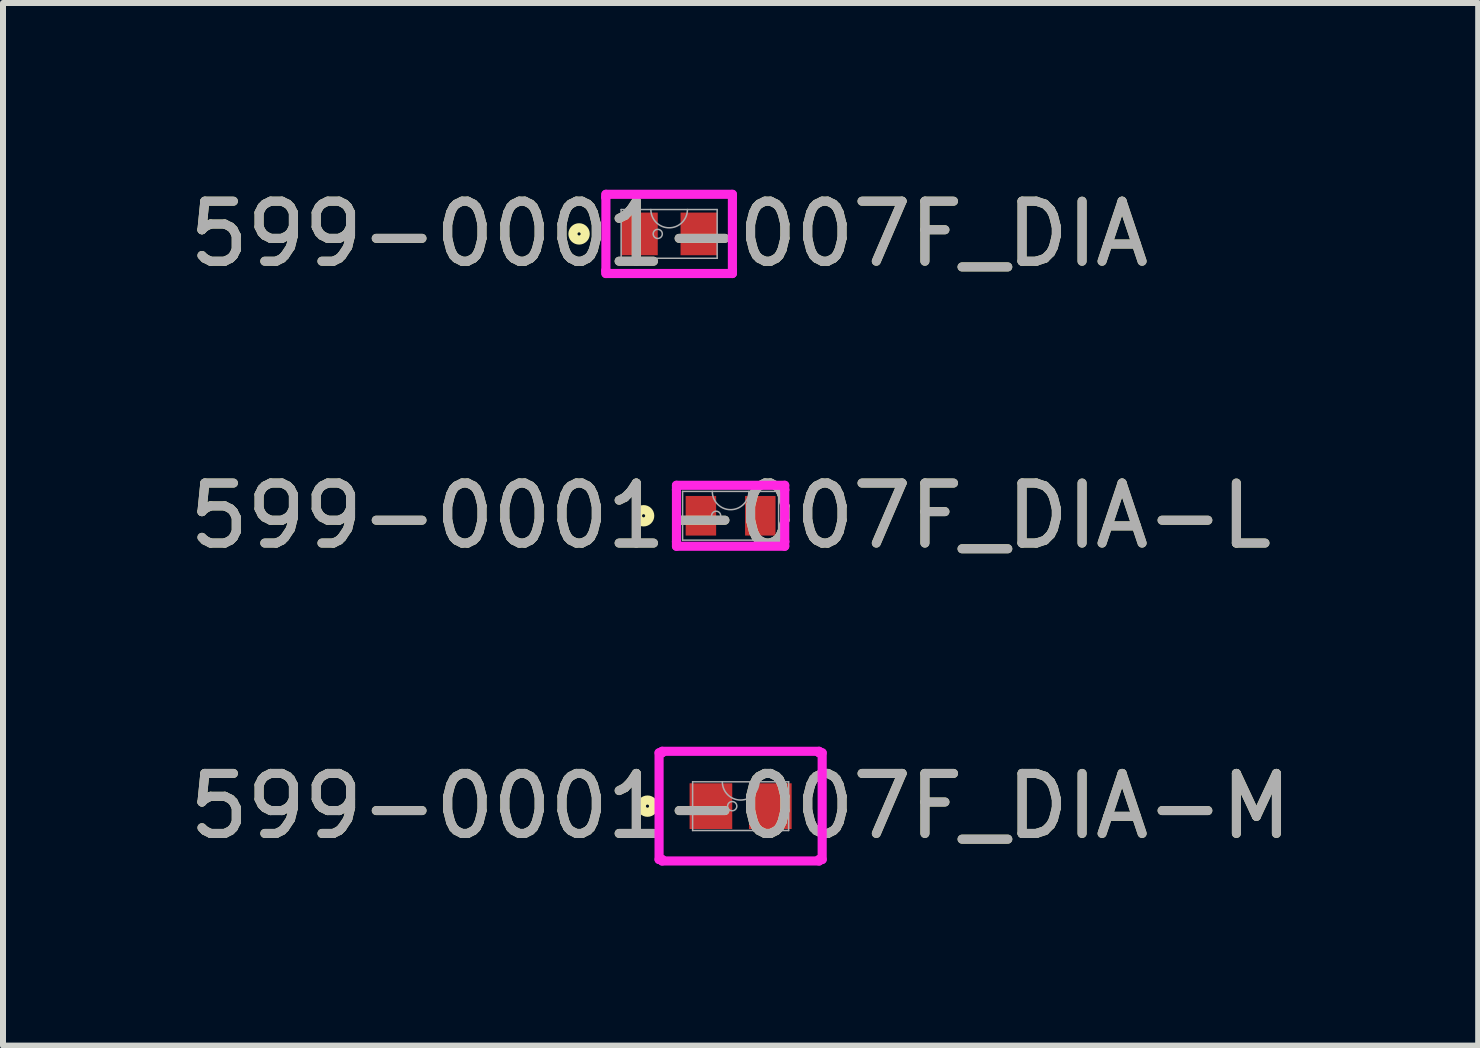
<source format=kicad_pcb>
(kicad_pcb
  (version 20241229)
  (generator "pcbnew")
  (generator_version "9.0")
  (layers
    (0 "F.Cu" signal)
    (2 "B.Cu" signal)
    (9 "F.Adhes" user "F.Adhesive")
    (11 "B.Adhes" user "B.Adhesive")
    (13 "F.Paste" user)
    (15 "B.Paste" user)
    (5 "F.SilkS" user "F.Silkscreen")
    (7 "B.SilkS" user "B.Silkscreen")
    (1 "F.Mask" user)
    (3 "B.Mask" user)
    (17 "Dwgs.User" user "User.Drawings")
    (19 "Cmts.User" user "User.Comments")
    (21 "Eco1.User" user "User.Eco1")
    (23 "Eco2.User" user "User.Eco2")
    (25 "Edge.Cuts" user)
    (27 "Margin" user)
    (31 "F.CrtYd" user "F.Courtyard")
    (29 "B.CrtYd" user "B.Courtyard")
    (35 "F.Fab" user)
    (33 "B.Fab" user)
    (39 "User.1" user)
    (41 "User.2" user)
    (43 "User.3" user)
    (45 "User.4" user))
  (footprint "599-0001-007F_DIA"
    (layer "F.Cu")
    (at 8.101 0.848)
    (property "Reference" "599-0001-007F_DIA" (at 0 0 0) (unlocked yes) (layer "F.SilkS") (effects (font (size 1 1) (thickness 0.15))))
    (attr smd)
    (fp_circle (center -1.501 0) (end -1.399 0) (stroke (width 0.152) (type solid)) (fill no) (layer "F.SilkS"))
    (fp_line (start -1.054 -0.66) (end 1.054 -0.66) (stroke (width 0.152) (type solid)) (layer "F.CrtYd"))
    (fp_line (start -1.054 -0.61) (end -1.054 -0.66) (stroke (width 0.152) (type solid)) (layer "F.CrtYd"))
    (fp_line (start -1.054 -0.61) (end -1.054 -0.61) (stroke (width 0.152) (type solid)) (layer "F.CrtYd"))
    (fp_line (start -1.054 0.61) (end -1.054 -0.61) (stroke (width 0.152) (type solid)) (layer "F.CrtYd"))
    (fp_line (start -1.054 0.61) (end -1.054 0.61) (stroke (width 0.152) (type solid)) (layer "F.CrtYd"))
    (fp_line (start -1.054 0.66) (end -1.054 0.61) (stroke (width 0.152) (type solid)) (layer "F.CrtYd"))
    (fp_line (start 1.054 -0.66) (end 1.054 -0.61) (stroke (width 0.152) (type solid)) (layer "F.CrtYd"))
    (fp_line (start 1.054 -0.61) (end 1.054 -0.61) (stroke (width 0.152) (type solid)) (layer "F.CrtYd"))
    (fp_line (start 1.054 -0.61) (end 1.054 0.61) (stroke (width 0.152) (type solid)) (layer "F.CrtYd"))
    (fp_line (start 1.054 0.61) (end 1.054 0.61) (stroke (width 0.152) (type solid)) (layer "F.CrtYd"))
    (fp_line (start 1.054 0.61) (end 1.054 0.66) (stroke (width 0.152) (type solid)) (layer "F.CrtYd"))
    (fp_line (start 1.054 0.66) (end -1.054 0.66) (stroke (width 0.152) (type solid)) (layer "F.CrtYd"))
    (fp_line (start -0.8 -0.406) (end -0.8 0.406) (stroke (width 0.025) (type solid)) (layer "F.Fab"))
    (fp_line (start -0.8 0.406) (end 0.8 0.406) (stroke (width 0.025) (type solid)) (layer "F.Fab"))
    (fp_line (start 0.8 -0.406) (end -0.8 -0.406) (stroke (width 0.025) (type solid)) (layer "F.Fab"))
    (fp_line (start 0.8 0.406) (end 0.8 -0.406) (stroke (width 0.025) (type solid)) (layer "F.Fab"))
    (fp_arc (start 0.3048 -0.4064) (mid 0 -0.1016) (end -0.3048 -0.4064) (stroke (width 0.0254) (type solid)) (layer "F.Fab"))
    (fp_circle (center -0.19 0) (end -0.114 0) (stroke (width 0.025) (type solid)) (fill no) (layer "F.Fab"))
    (fp_text user "${REFERENCE}" (at 0 0 0) (unlocked yes) (layer "F.Fab") (effects (font (size 1 1) (thickness 0.15))))
    (pad "1" smd rect (at -0.495 0) (size 0.61 0.711) (layers "F.Cu" "F.Mask" "F.Paste"))
    (pad "2" smd rect (at 0.495 0) (size 0.61 0.711) (layers "F.Cu" "F.Mask" "F.Paste")))
  (footprint "599-0001-007F_DIA-L"
    (layer "F.Cu")
    (at 9.125 5.545)
    (property "Reference" "599-0001-007F_DIA-L" (at 0 0 0) (unlocked yes) (layer "F.SilkS") (effects (font (size 1 1) (thickness 0.15))))
    (attr smd)
    (fp_circle (center -1.45 0) (end -1.348 0) (stroke (width 0.152) (type solid)) (fill no) (layer "F.SilkS"))
    (fp_line (start -0.902 -0.508) (end 0.902 -0.508) (stroke (width 0.152) (type solid)) (layer "F.CrtYd"))
    (fp_line (start -0.902 -0.432) (end -0.902 -0.508) (stroke (width 0.152) (type solid)) (layer "F.CrtYd"))
    (fp_line (start -0.902 -0.432) (end -0.902 -0.432) (stroke (width 0.152) (type solid)) (layer "F.CrtYd"))
    (fp_line (start -0.902 0.432) (end -0.902 -0.432) (stroke (width 0.152) (type solid)) (layer "F.CrtYd"))
    (fp_line (start -0.902 0.432) (end -0.902 0.432) (stroke (width 0.152) (type solid)) (layer "F.CrtYd"))
    (fp_line (start -0.902 0.508) (end -0.902 0.432) (stroke (width 0.152) (type solid)) (layer "F.CrtYd"))
    (fp_line (start 0.902 -0.508) (end 0.902 -0.432) (stroke (width 0.152) (type solid)) (layer "F.CrtYd"))
    (fp_line (start 0.902 -0.432) (end 0.902 -0.432) (stroke (width 0.152) (type solid)) (layer "F.CrtYd"))
    (fp_line (start 0.902 -0.432) (end 0.902 0.432) (stroke (width 0.152) (type solid)) (layer "F.CrtYd"))
    (fp_line (start 0.902 0.432) (end 0.902 0.432) (stroke (width 0.152) (type solid)) (layer "F.CrtYd"))
    (fp_line (start 0.902 0.432) (end 0.902 0.508) (stroke (width 0.152) (type solid)) (layer "F.CrtYd"))
    (fp_line (start 0.902 0.508) (end -0.902 0.508) (stroke (width 0.152) (type solid)) (layer "F.CrtYd"))
    (fp_line (start -0.8 -0.406) (end -0.8 0.406) (stroke (width 0.025) (type solid)) (layer "F.Fab"))
    (fp_line (start -0.8 0.406) (end 0.8 0.406) (stroke (width 0.025) (type solid)) (layer "F.Fab"))
    (fp_line (start 0.8 -0.406) (end -0.8 -0.406) (stroke (width 0.025) (type solid)) (layer "F.Fab"))
    (fp_line (start 0.8 0.406) (end 0.8 -0.406) (stroke (width 0.025) (type solid)) (layer "F.Fab"))
    (fp_arc (start 0.3048 -0.4064) (mid 0 -0.1016) (end -0.3048 -0.4064) (stroke (width 0.0254) (type solid)) (layer "F.Fab"))
    (fp_circle (center -0.241 0) (end -0.165 0) (stroke (width 0.025) (type solid)) (fill no) (layer "F.Fab"))
    (fp_text user "${REFERENCE}" (at 0 0 0) (unlocked yes) (layer "F.Fab") (effects (font (size 1 1) (thickness 0.15))))
    (pad "1" smd rect (at -0.495 0) (size 0.508 0.66) (layers "F.Cu" "F.Mask" "F.Paste"))
    (pad "2" smd rect (at 0.495 0) (size 0.508 0.66) (layers "F.Cu" "F.Mask" "F.Paste")))
  (footprint "599-0001-007F_DIA-M"
    (layer "F.Cu")
    (at 9.292 10.384)
    (property "Reference" "599-0001-007F_DIA-M" (at 0 0 0) (unlocked yes) (layer "F.SilkS") (effects (font (size 1 1) (thickness 0.15))))
    (attr smd)
    (fp_circle (center -1.552 0) (end -1.45 0) (stroke (width 0.152) (type solid)) (fill no) (layer "F.SilkS"))
    (fp_line (start -1.359 -0.889) (end -1.308 -0.889) (stroke (width 0.152) (type solid)) (layer "F.CrtYd"))
    (fp_line (start -1.359 0.889) (end -1.359 -0.889) (stroke (width 0.152) (type solid)) (layer "F.CrtYd"))
    (fp_line (start -1.359 0.889) (end -1.308 0.889) (stroke (width 0.152) (type solid)) (layer "F.CrtYd"))
    (fp_line (start -1.308 -0.914) (end 1.308 -0.914) (stroke (width 0.152) (type solid)) (layer "F.CrtYd"))
    (fp_line (start -1.308 -0.889) (end -1.308 -0.914) (stroke (width 0.152) (type solid)) (layer "F.CrtYd"))
    (fp_line (start -1.308 0.914) (end -1.308 0.889) (stroke (width 0.152) (type solid)) (layer "F.CrtYd"))
    (fp_line (start 1.308 -0.914) (end 1.308 -0.889) (stroke (width 0.152) (type solid)) (layer "F.CrtYd"))
    (fp_line (start 1.308 0.889) (end 1.308 0.914) (stroke (width 0.152) (type solid)) (layer "F.CrtYd"))
    (fp_line (start 1.308 0.914) (end -1.308 0.914) (stroke (width 0.152) (type solid)) (layer "F.CrtYd"))
    (fp_line (start 1.359 -0.889) (end 1.308 -0.889) (stroke (width 0.152) (type solid)) (layer "F.CrtYd"))
    (fp_line (start 1.359 -0.889) (end 1.359 0.889) (stroke (width 0.152) (type solid)) (layer "F.CrtYd"))
    (fp_line (start 1.359 0.889) (end 1.308 0.889) (stroke (width 0.152) (type solid)) (layer "F.CrtYd"))
    (fp_line (start -0.8 -0.406) (end -0.8 0.406) (stroke (width 0.025) (type solid)) (layer "F.Fab"))
    (fp_line (start -0.8 0.406) (end 0.8 0.406) (stroke (width 0.025) (type solid)) (layer "F.Fab"))
    (fp_line (start 0.8 -0.406) (end -0.8 -0.406) (stroke (width 0.025) (type solid)) (layer "F.Fab"))
    (fp_line (start 0.8 0.406) (end 0.8 -0.406) (stroke (width 0.025) (type solid)) (layer "F.Fab"))
    (fp_arc (start 0.3048 -0.4064) (mid 0 -0.1016) (end -0.3048 -0.4064) (stroke (width 0.0254) (type solid)) (layer "F.Fab"))
    (fp_circle (center -0.14 0) (end -0.063 0) (stroke (width 0.025) (type solid)) (fill no) (layer "F.Fab"))
    (fp_text user "${REFERENCE}" (at 0 0 0) (unlocked yes) (layer "F.Fab") (effects (font (size 1 1) (thickness 0.15))))
    (pad "1" smd rect (at -0.495 0) (size 0.711 0.762) (layers "F.Cu" "F.Mask" "F.Paste"))
    (pad "2" smd rect (at 0.495 0) (size 0.711 0.762) (layers "F.Cu" "F.Mask" "F.Paste")))
  (gr_rect
    (start -3 -3)
    (end 21.583 14.374)
    (stroke (width 0.1) (type default))
    (fill no)
    (layer "Edge.Cuts")))
</source>
